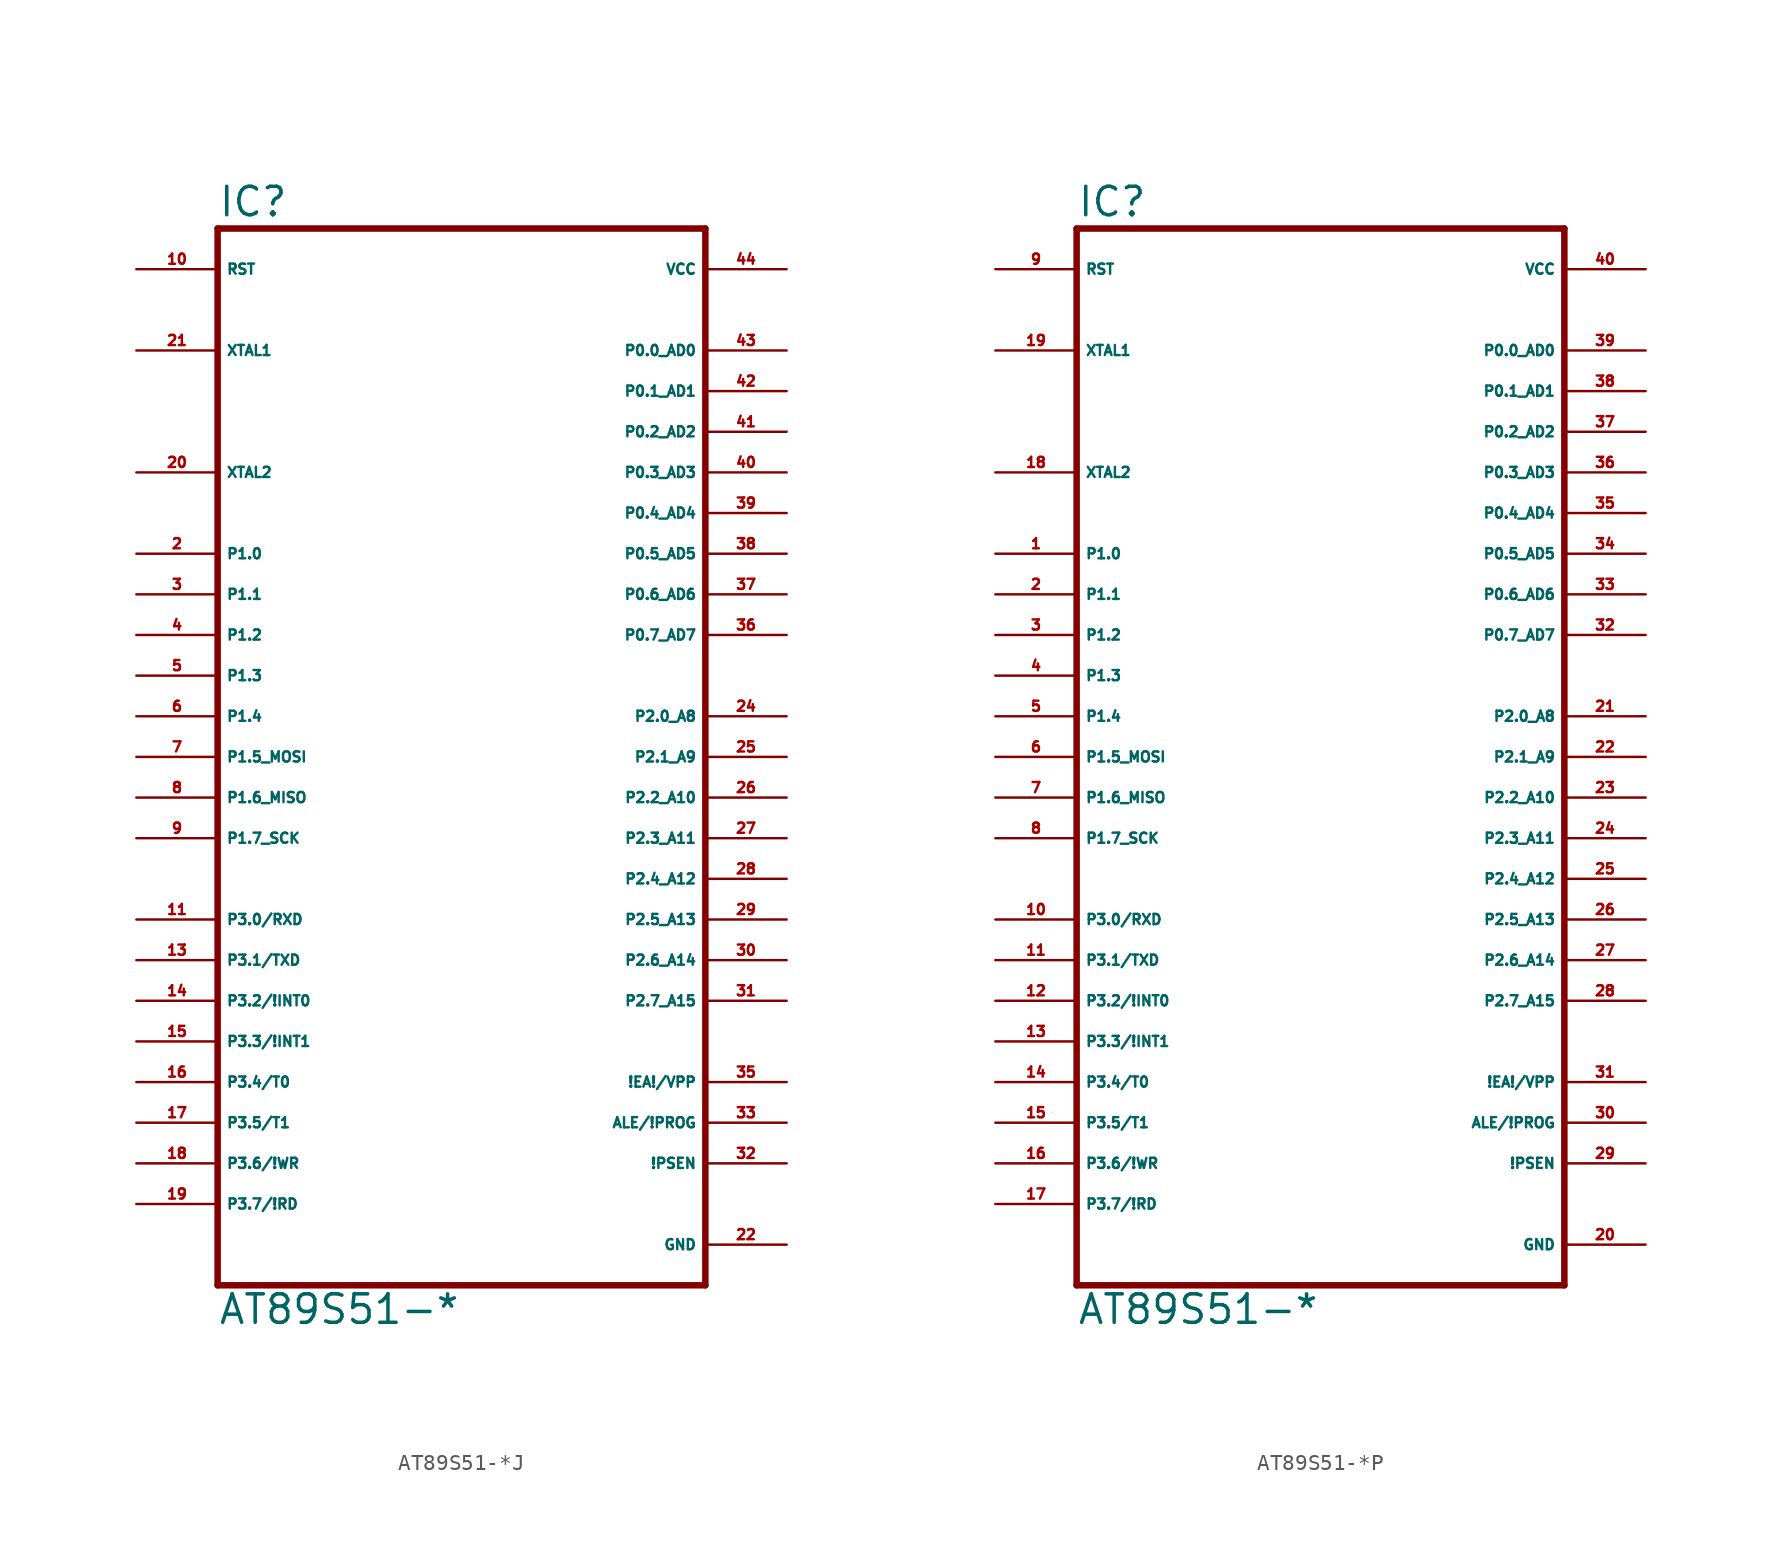
<source format=kicad_sym>
(kicad_symbol_lib
  (version 20220914)
  (generator Eagle2Kicad)
  (symbol "AT89S51-*J"
    (property "Reference" "IC"
      (at -15.24 33.655 0)
      (effects (font (size 1.778 1.778) (thickness 0.22)) (justify left bottom)))
    (property "Value" "AT89S51-*"
      (at -15.24 -35.56 0)
      (effects (font (size 1.778 1.778) (thickness 0.22)) (justify left bottom)))
    (polyline
      (pts (xy -15.24 -33.02) (xy 15.24 -33.02))
      (stroke (width 0.406) (type default))
      (fill (type none)))
    (polyline
      (pts (xy 15.24 -33.02) (xy 15.24 33.02))
      (stroke (width 0.406) (type default))
      (fill (type none)))
    (polyline
      (pts (xy 15.24 33.02) (xy -15.24 33.02))
      (stroke (width 0.406) (type default))
      (fill (type none)))
    (polyline
      (pts (xy -15.24 33.02) (xy -15.24 -33.02))
      (stroke (width 0.406) (type default))
      (fill (type none)))
    (pin input line
      (at 20.32 -20.32 180)
      (length 5.08)
      (name "!EA!/VPP" (effects (font (size 0.635 0.635) (thickness 0.08)) (justify left bottom)))
      (number "35" (effects (font (size 0.635 0.635) (thickness 0.08)) (justify left bottom))))
    (pin bidirectional line
      (at 20.32 25.4 180)
      (length 5.08)
      (name "P0.0_AD0" (effects (font (size 0.635 0.635) (thickness 0.08)) (justify left bottom)))
      (number "43" (effects (font (size 0.635 0.635) (thickness 0.08)) (justify left bottom))))
    (pin bidirectional line
      (at 20.32 22.86 180)
      (length 5.08)
      (name "P0.1_AD1" (effects (font (size 0.635 0.635) (thickness 0.08)) (justify left bottom)))
      (number "42" (effects (font (size 0.635 0.635) (thickness 0.08)) (justify left bottom))))
    (pin bidirectional line
      (at 20.32 20.32 180)
      (length 5.08)
      (name "P0.2_AD2" (effects (font (size 0.635 0.635) (thickness 0.08)) (justify left bottom)))
      (number "41" (effects (font (size 0.635 0.635) (thickness 0.08)) (justify left bottom))))
    (pin bidirectional line
      (at 20.32 17.78 180)
      (length 5.08)
      (name "P0.3_AD3" (effects (font (size 0.635 0.635) (thickness 0.08)) (justify left bottom)))
      (number "40" (effects (font (size 0.635 0.635) (thickness 0.08)) (justify left bottom))))
    (pin bidirectional line
      (at 20.32 15.24 180)
      (length 5.08)
      (name "P0.4_AD4" (effects (font (size 0.635 0.635) (thickness 0.08)) (justify left bottom)))
      (number "39" (effects (font (size 0.635 0.635) (thickness 0.08)) (justify left bottom))))
    (pin bidirectional line
      (at 20.32 12.7 180)
      (length 5.08)
      (name "P0.5_AD5" (effects (font (size 0.635 0.635) (thickness 0.08)) (justify left bottom)))
      (number "38" (effects (font (size 0.635 0.635) (thickness 0.08)) (justify left bottom))))
    (pin bidirectional line
      (at 20.32 10.16 180)
      (length 5.08)
      (name "P0.6_AD6" (effects (font (size 0.635 0.635) (thickness 0.08)) (justify left bottom)))
      (number "37" (effects (font (size 0.635 0.635) (thickness 0.08)) (justify left bottom))))
    (pin bidirectional line
      (at 20.32 7.62 180)
      (length 5.08)
      (name "P0.7_AD7" (effects (font (size 0.635 0.635) (thickness 0.08)) (justify left bottom)))
      (number "36" (effects (font (size 0.635 0.635) (thickness 0.08)) (justify left bottom))))
    (pin input line
      (at -20.32 25.4 0)
      (length 5.08)
      (name "XTAL1" (effects (font (size 0.635 0.635) (thickness 0.08)) (justify left bottom)))
      (number "21" (effects (font (size 0.635 0.635) (thickness 0.08)) (justify left bottom))))
    (pin input line
      (at -20.32 17.78 0)
      (length 5.08)
      (name "XTAL2" (effects (font (size 0.635 0.635) (thickness 0.08)) (justify left bottom)))
      (number "20" (effects (font (size 0.635 0.635) (thickness 0.08)) (justify left bottom))))
    (pin input line
      (at -20.32 30.48 0)
      (length 5.08)
      (name "RST" (effects (font (size 0.635 0.635) (thickness 0.08)) (justify left bottom)))
      (number "10" (effects (font (size 0.635 0.635) (thickness 0.08)) (justify left bottom))))
    (pin output line
      (at 20.32 -22.86 180)
      (length 5.08)
      (name "ALE/!PROG" (effects (font (size 0.635 0.635) (thickness 0.08)) (justify left bottom)))
      (number "33" (effects (font (size 0.635 0.635) (thickness 0.08)) (justify left bottom))))
    (pin output line
      (at 20.32 -25.4 180)
      (length 5.08)
      (name "!PSEN" (effects (font (size 0.635 0.635) (thickness 0.08)) (justify left bottom)))
      (number "32" (effects (font (size 0.635 0.635) (thickness 0.08)) (justify left bottom))))
    (pin bidirectional line
      (at 20.32 2.54 180)
      (length 5.08)
      (name "P2.0_A8" (effects (font (size 0.635 0.635) (thickness 0.08)) (justify left bottom)))
      (number "24" (effects (font (size 0.635 0.635) (thickness 0.08)) (justify left bottom))))
    (pin bidirectional line
      (at 20.32 0 180)
      (length 5.08)
      (name "P2.1_A9" (effects (font (size 0.635 0.635) (thickness 0.08)) (justify left bottom)))
      (number "25" (effects (font (size 0.635 0.635) (thickness 0.08)) (justify left bottom))))
    (pin bidirectional line
      (at 20.32 -2.54 180)
      (length 5.08)
      (name "P2.2_A10" (effects (font (size 0.635 0.635) (thickness 0.08)) (justify left bottom)))
      (number "26" (effects (font (size 0.635 0.635) (thickness 0.08)) (justify left bottom))))
    (pin bidirectional line
      (at 20.32 -5.08 180)
      (length 5.08)
      (name "P2.3_A11" (effects (font (size 0.635 0.635) (thickness 0.08)) (justify left bottom)))
      (number "27" (effects (font (size 0.635 0.635) (thickness 0.08)) (justify left bottom))))
    (pin bidirectional line
      (at 20.32 -7.62 180)
      (length 5.08)
      (name "P2.4_A12" (effects (font (size 0.635 0.635) (thickness 0.08)) (justify left bottom)))
      (number "28" (effects (font (size 0.635 0.635) (thickness 0.08)) (justify left bottom))))
    (pin bidirectional line
      (at 20.32 -10.16 180)
      (length 5.08)
      (name "P2.5_A13" (effects (font (size 0.635 0.635) (thickness 0.08)) (justify left bottom)))
      (number "29" (effects (font (size 0.635 0.635) (thickness 0.08)) (justify left bottom))))
    (pin bidirectional line
      (at 20.32 -12.7 180)
      (length 5.08)
      (name "P2.6_A14" (effects (font (size 0.635 0.635) (thickness 0.08)) (justify left bottom)))
      (number "30" (effects (font (size 0.635 0.635) (thickness 0.08)) (justify left bottom))))
    (pin bidirectional line
      (at 20.32 -15.24 180)
      (length 5.08)
      (name "P2.7_A15" (effects (font (size 0.635 0.635) (thickness 0.08)) (justify left bottom)))
      (number "31" (effects (font (size 0.635 0.635) (thickness 0.08)) (justify left bottom))))
    (pin bidirectional line
      (at -20.32 12.7 0)
      (length 5.08)
      (name "P1.0" (effects (font (size 0.635 0.635) (thickness 0.08)) (justify left bottom)))
      (number "2" (effects (font (size 0.635 0.635) (thickness 0.08)) (justify left bottom))))
    (pin bidirectional line
      (at -20.32 10.16 0)
      (length 5.08)
      (name "P1.1" (effects (font (size 0.635 0.635) (thickness 0.08)) (justify left bottom)))
      (number "3" (effects (font (size 0.635 0.635) (thickness 0.08)) (justify left bottom))))
    (pin bidirectional line
      (at -20.32 7.62 0)
      (length 5.08)
      (name "P1.2" (effects (font (size 0.635 0.635) (thickness 0.08)) (justify left bottom)))
      (number "4" (effects (font (size 0.635 0.635) (thickness 0.08)) (justify left bottom))))
    (pin bidirectional line
      (at -20.32 5.08 0)
      (length 5.08)
      (name "P1.3" (effects (font (size 0.635 0.635) (thickness 0.08)) (justify left bottom)))
      (number "5" (effects (font (size 0.635 0.635) (thickness 0.08)) (justify left bottom))))
    (pin bidirectional line
      (at -20.32 2.54 0)
      (length 5.08)
      (name "P1.4" (effects (font (size 0.635 0.635) (thickness 0.08)) (justify left bottom)))
      (number "6" (effects (font (size 0.635 0.635) (thickness 0.08)) (justify left bottom))))
    (pin bidirectional line
      (at -20.32 0 0)
      (length 5.08)
      (name "P1.5_MOSI" (effects (font (size 0.635 0.635) (thickness 0.08)) (justify left bottom)))
      (number "7" (effects (font (size 0.635 0.635) (thickness 0.08)) (justify left bottom))))
    (pin bidirectional line
      (at -20.32 -2.54 0)
      (length 5.08)
      (name "P1.6_MISO" (effects (font (size 0.635 0.635) (thickness 0.08)) (justify left bottom)))
      (number "8" (effects (font (size 0.635 0.635) (thickness 0.08)) (justify left bottom))))
    (pin bidirectional line
      (at -20.32 -5.08 0)
      (length 5.08)
      (name "P1.7_SCK" (effects (font (size 0.635 0.635) (thickness 0.08)) (justify left bottom)))
      (number "9" (effects (font (size 0.635 0.635) (thickness 0.08)) (justify left bottom))))
    (pin bidirectional line
      (at -20.32 -10.16 0)
      (length 5.08)
      (name "P3.0/RXD" (effects (font (size 0.635 0.635) (thickness 0.08)) (justify left bottom)))
      (number "11" (effects (font (size 0.635 0.635) (thickness 0.08)) (justify left bottom))))
    (pin bidirectional line
      (at -20.32 -12.7 0)
      (length 5.08)
      (name "P3.1/TXD" (effects (font (size 0.635 0.635) (thickness 0.08)) (justify left bottom)))
      (number "13" (effects (font (size 0.635 0.635) (thickness 0.08)) (justify left bottom))))
    (pin bidirectional line
      (at -20.32 -15.24 0)
      (length 5.08)
      (name "P3.2/!INT0" (effects (font (size 0.635 0.635) (thickness 0.08)) (justify left bottom)))
      (number "14" (effects (font (size 0.635 0.635) (thickness 0.08)) (justify left bottom))))
    (pin bidirectional line
      (at -20.32 -17.78 0)
      (length 5.08)
      (name "P3.3/!INT1" (effects (font (size 0.635 0.635) (thickness 0.08)) (justify left bottom)))
      (number "15" (effects (font (size 0.635 0.635) (thickness 0.08)) (justify left bottom))))
    (pin bidirectional line
      (at -20.32 -20.32 0)
      (length 5.08)
      (name "P3.4/T0" (effects (font (size 0.635 0.635) (thickness 0.08)) (justify left bottom)))
      (number "16" (effects (font (size 0.635 0.635) (thickness 0.08)) (justify left bottom))))
    (pin bidirectional line
      (at -20.32 -22.86 0)
      (length 5.08)
      (name "P3.5/T1" (effects (font (size 0.635 0.635) (thickness 0.08)) (justify left bottom)))
      (number "17" (effects (font (size 0.635 0.635) (thickness 0.08)) (justify left bottom))))
    (pin bidirectional line
      (at -20.32 -25.4 0)
      (length 5.08)
      (name "P3.6/!WR" (effects (font (size 0.635 0.635) (thickness 0.08)) (justify left bottom)))
      (number "18" (effects (font (size 0.635 0.635) (thickness 0.08)) (justify left bottom))))
    (pin bidirectional line
      (at -20.32 -27.94 0)
      (length 5.08)
      (name "P3.7/!RD" (effects (font (size 0.635 0.635) (thickness 0.08)) (justify left bottom)))
      (number "19" (effects (font (size 0.635 0.635) (thickness 0.08)) (justify left bottom))))
    (pin unspecified line
      (at 20.32 30.48 180)
      (length 5.08)
      (name "VCC" (effects (font (size 0.635 0.635) (thickness 0.08)) (justify left bottom)))
      (number "44" (effects (font (size 0.635 0.635) (thickness 0.08)) (justify left bottom))))
    (pin unspecified line
      (at 20.32 -30.48 180)
      (length 5.08)
      (name "GND" (effects (font (size 0.635 0.635) (thickness 0.08)) (justify left bottom)))
      (number "22" (effects (font (size 0.635 0.635) (thickness 0.08)) (justify left bottom)))))
  (symbol "AT89S51-*P"
    (property "Reference" "IC"
      (at -15.24 33.655 0)
      (effects (font (size 1.778 1.778) (thickness 0.22)) (justify left bottom)))
    (property "Value" "AT89S51-*"
      (at -15.24 -35.56 0)
      (effects (font (size 1.778 1.778) (thickness 0.22)) (justify left bottom)))
    (polyline
      (pts (xy -15.24 -33.02) (xy 15.24 -33.02))
      (stroke (width 0.406) (type default))
      (fill (type none)))
    (polyline
      (pts (xy 15.24 -33.02) (xy 15.24 33.02))
      (stroke (width 0.406) (type default))
      (fill (type none)))
    (polyline
      (pts (xy 15.24 33.02) (xy -15.24 33.02))
      (stroke (width 0.406) (type default))
      (fill (type none)))
    (polyline
      (pts (xy -15.24 33.02) (xy -15.24 -33.02))
      (stroke (width 0.406) (type default))
      (fill (type none)))
    (pin input line
      (at 20.32 -20.32 180)
      (length 5.08)
      (name "!EA!/VPP" (effects (font (size 0.635 0.635) (thickness 0.08)) (justify left bottom)))
      (number "31" (effects (font (size 0.635 0.635) (thickness 0.08)) (justify left bottom))))
    (pin bidirectional line
      (at 20.32 25.4 180)
      (length 5.08)
      (name "P0.0_AD0" (effects (font (size 0.635 0.635) (thickness 0.08)) (justify left bottom)))
      (number "39" (effects (font (size 0.635 0.635) (thickness 0.08)) (justify left bottom))))
    (pin bidirectional line
      (at 20.32 22.86 180)
      (length 5.08)
      (name "P0.1_AD1" (effects (font (size 0.635 0.635) (thickness 0.08)) (justify left bottom)))
      (number "38" (effects (font (size 0.635 0.635) (thickness 0.08)) (justify left bottom))))
    (pin bidirectional line
      (at 20.32 20.32 180)
      (length 5.08)
      (name "P0.2_AD2" (effects (font (size 0.635 0.635) (thickness 0.08)) (justify left bottom)))
      (number "37" (effects (font (size 0.635 0.635) (thickness 0.08)) (justify left bottom))))
    (pin bidirectional line
      (at 20.32 17.78 180)
      (length 5.08)
      (name "P0.3_AD3" (effects (font (size 0.635 0.635) (thickness 0.08)) (justify left bottom)))
      (number "36" (effects (font (size 0.635 0.635) (thickness 0.08)) (justify left bottom))))
    (pin bidirectional line
      (at 20.32 15.24 180)
      (length 5.08)
      (name "P0.4_AD4" (effects (font (size 0.635 0.635) (thickness 0.08)) (justify left bottom)))
      (number "35" (effects (font (size 0.635 0.635) (thickness 0.08)) (justify left bottom))))
    (pin bidirectional line
      (at 20.32 12.7 180)
      (length 5.08)
      (name "P0.5_AD5" (effects (font (size 0.635 0.635) (thickness 0.08)) (justify left bottom)))
      (number "34" (effects (font (size 0.635 0.635) (thickness 0.08)) (justify left bottom))))
    (pin bidirectional line
      (at 20.32 10.16 180)
      (length 5.08)
      (name "P0.6_AD6" (effects (font (size 0.635 0.635) (thickness 0.08)) (justify left bottom)))
      (number "33" (effects (font (size 0.635 0.635) (thickness 0.08)) (justify left bottom))))
    (pin bidirectional line
      (at 20.32 7.62 180)
      (length 5.08)
      (name "P0.7_AD7" (effects (font (size 0.635 0.635) (thickness 0.08)) (justify left bottom)))
      (number "32" (effects (font (size 0.635 0.635) (thickness 0.08)) (justify left bottom))))
    (pin input line
      (at -20.32 25.4 0)
      (length 5.08)
      (name "XTAL1" (effects (font (size 0.635 0.635) (thickness 0.08)) (justify left bottom)))
      (number "19" (effects (font (size 0.635 0.635) (thickness 0.08)) (justify left bottom))))
    (pin input line
      (at -20.32 17.78 0)
      (length 5.08)
      (name "XTAL2" (effects (font (size 0.635 0.635) (thickness 0.08)) (justify left bottom)))
      (number "18" (effects (font (size 0.635 0.635) (thickness 0.08)) (justify left bottom))))
    (pin input line
      (at -20.32 30.48 0)
      (length 5.08)
      (name "RST" (effects (font (size 0.635 0.635) (thickness 0.08)) (justify left bottom)))
      (number "9" (effects (font (size 0.635 0.635) (thickness 0.08)) (justify left bottom))))
    (pin output line
      (at 20.32 -22.86 180)
      (length 5.08)
      (name "ALE/!PROG" (effects (font (size 0.635 0.635) (thickness 0.08)) (justify left bottom)))
      (number "30" (effects (font (size 0.635 0.635) (thickness 0.08)) (justify left bottom))))
    (pin output line
      (at 20.32 -25.4 180)
      (length 5.08)
      (name "!PSEN" (effects (font (size 0.635 0.635) (thickness 0.08)) (justify left bottom)))
      (number "29" (effects (font (size 0.635 0.635) (thickness 0.08)) (justify left bottom))))
    (pin bidirectional line
      (at 20.32 2.54 180)
      (length 5.08)
      (name "P2.0_A8" (effects (font (size 0.635 0.635) (thickness 0.08)) (justify left bottom)))
      (number "21" (effects (font (size 0.635 0.635) (thickness 0.08)) (justify left bottom))))
    (pin bidirectional line
      (at 20.32 0 180)
      (length 5.08)
      (name "P2.1_A9" (effects (font (size 0.635 0.635) (thickness 0.08)) (justify left bottom)))
      (number "22" (effects (font (size 0.635 0.635) (thickness 0.08)) (justify left bottom))))
    (pin bidirectional line
      (at 20.32 -2.54 180)
      (length 5.08)
      (name "P2.2_A10" (effects (font (size 0.635 0.635) (thickness 0.08)) (justify left bottom)))
      (number "23" (effects (font (size 0.635 0.635) (thickness 0.08)) (justify left bottom))))
    (pin bidirectional line
      (at 20.32 -5.08 180)
      (length 5.08)
      (name "P2.3_A11" (effects (font (size 0.635 0.635) (thickness 0.08)) (justify left bottom)))
      (number "24" (effects (font (size 0.635 0.635) (thickness 0.08)) (justify left bottom))))
    (pin bidirectional line
      (at 20.32 -7.62 180)
      (length 5.08)
      (name "P2.4_A12" (effects (font (size 0.635 0.635) (thickness 0.08)) (justify left bottom)))
      (number "25" (effects (font (size 0.635 0.635) (thickness 0.08)) (justify left bottom))))
    (pin bidirectional line
      (at 20.32 -10.16 180)
      (length 5.08)
      (name "P2.5_A13" (effects (font (size 0.635 0.635) (thickness 0.08)) (justify left bottom)))
      (number "26" (effects (font (size 0.635 0.635) (thickness 0.08)) (justify left bottom))))
    (pin bidirectional line
      (at 20.32 -12.7 180)
      (length 5.08)
      (name "P2.6_A14" (effects (font (size 0.635 0.635) (thickness 0.08)) (justify left bottom)))
      (number "27" (effects (font (size 0.635 0.635) (thickness 0.08)) (justify left bottom))))
    (pin bidirectional line
      (at 20.32 -15.24 180)
      (length 5.08)
      (name "P2.7_A15" (effects (font (size 0.635 0.635) (thickness 0.08)) (justify left bottom)))
      (number "28" (effects (font (size 0.635 0.635) (thickness 0.08)) (justify left bottom))))
    (pin bidirectional line
      (at -20.32 12.7 0)
      (length 5.08)
      (name "P1.0" (effects (font (size 0.635 0.635) (thickness 0.08)) (justify left bottom)))
      (number "1" (effects (font (size 0.635 0.635) (thickness 0.08)) (justify left bottom))))
    (pin bidirectional line
      (at -20.32 10.16 0)
      (length 5.08)
      (name "P1.1" (effects (font (size 0.635 0.635) (thickness 0.08)) (justify left bottom)))
      (number "2" (effects (font (size 0.635 0.635) (thickness 0.08)) (justify left bottom))))
    (pin bidirectional line
      (at -20.32 7.62 0)
      (length 5.08)
      (name "P1.2" (effects (font (size 0.635 0.635) (thickness 0.08)) (justify left bottom)))
      (number "3" (effects (font (size 0.635 0.635) (thickness 0.08)) (justify left bottom))))
    (pin bidirectional line
      (at -20.32 5.08 0)
      (length 5.08)
      (name "P1.3" (effects (font (size 0.635 0.635) (thickness 0.08)) (justify left bottom)))
      (number "4" (effects (font (size 0.635 0.635) (thickness 0.08)) (justify left bottom))))
    (pin bidirectional line
      (at -20.32 2.54 0)
      (length 5.08)
      (name "P1.4" (effects (font (size 0.635 0.635) (thickness 0.08)) (justify left bottom)))
      (number "5" (effects (font (size 0.635 0.635) (thickness 0.08)) (justify left bottom))))
    (pin bidirectional line
      (at -20.32 0 0)
      (length 5.08)
      (name "P1.5_MOSI" (effects (font (size 0.635 0.635) (thickness 0.08)) (justify left bottom)))
      (number "6" (effects (font (size 0.635 0.635) (thickness 0.08)) (justify left bottom))))
    (pin bidirectional line
      (at -20.32 -2.54 0)
      (length 5.08)
      (name "P1.6_MISO" (effects (font (size 0.635 0.635) (thickness 0.08)) (justify left bottom)))
      (number "7" (effects (font (size 0.635 0.635) (thickness 0.08)) (justify left bottom))))
    (pin bidirectional line
      (at -20.32 -5.08 0)
      (length 5.08)
      (name "P1.7_SCK" (effects (font (size 0.635 0.635) (thickness 0.08)) (justify left bottom)))
      (number "8" (effects (font (size 0.635 0.635) (thickness 0.08)) (justify left bottom))))
    (pin bidirectional line
      (at -20.32 -10.16 0)
      (length 5.08)
      (name "P3.0/RXD" (effects (font (size 0.635 0.635) (thickness 0.08)) (justify left bottom)))
      (number "10" (effects (font (size 0.635 0.635) (thickness 0.08)) (justify left bottom))))
    (pin bidirectional line
      (at -20.32 -12.7 0)
      (length 5.08)
      (name "P3.1/TXD" (effects (font (size 0.635 0.635) (thickness 0.08)) (justify left bottom)))
      (number "11" (effects (font (size 0.635 0.635) (thickness 0.08)) (justify left bottom))))
    (pin bidirectional line
      (at -20.32 -15.24 0)
      (length 5.08)
      (name "P3.2/!INT0" (effects (font (size 0.635 0.635) (thickness 0.08)) (justify left bottom)))
      (number "12" (effects (font (size 0.635 0.635) (thickness 0.08)) (justify left bottom))))
    (pin bidirectional line
      (at -20.32 -17.78 0)
      (length 5.08)
      (name "P3.3/!INT1" (effects (font (size 0.635 0.635) (thickness 0.08)) (justify left bottom)))
      (number "13" (effects (font (size 0.635 0.635) (thickness 0.08)) (justify left bottom))))
    (pin bidirectional line
      (at -20.32 -20.32 0)
      (length 5.08)
      (name "P3.4/T0" (effects (font (size 0.635 0.635) (thickness 0.08)) (justify left bottom)))
      (number "14" (effects (font (size 0.635 0.635) (thickness 0.08)) (justify left bottom))))
    (pin bidirectional line
      (at -20.32 -22.86 0)
      (length 5.08)
      (name "P3.5/T1" (effects (font (size 0.635 0.635) (thickness 0.08)) (justify left bottom)))
      (number "15" (effects (font (size 0.635 0.635) (thickness 0.08)) (justify left bottom))))
    (pin bidirectional line
      (at -20.32 -25.4 0)
      (length 5.08)
      (name "P3.6/!WR" (effects (font (size 0.635 0.635) (thickness 0.08)) (justify left bottom)))
      (number "16" (effects (font (size 0.635 0.635) (thickness 0.08)) (justify left bottom))))
    (pin bidirectional line
      (at -20.32 -27.94 0)
      (length 5.08)
      (name "P3.7/!RD" (effects (font (size 0.635 0.635) (thickness 0.08)) (justify left bottom)))
      (number "17" (effects (font (size 0.635 0.635) (thickness 0.08)) (justify left bottom))))
    (pin unspecified line
      (at 20.32 30.48 180)
      (length 5.08)
      (name "VCC" (effects (font (size 0.635 0.635) (thickness 0.08)) (justify left bottom)))
      (number "40" (effects (font (size 0.635 0.635) (thickness 0.08)) (justify left bottom))))
    (pin unspecified line
      (at 20.32 -30.48 180)
      (length 5.08)
      (name "GND" (effects (font (size 0.635 0.635) (thickness 0.08)) (justify left bottom)))
      (number "20" (effects (font (size 0.635 0.635) (thickness 0.08)) (justify left bottom))))))
</source>
